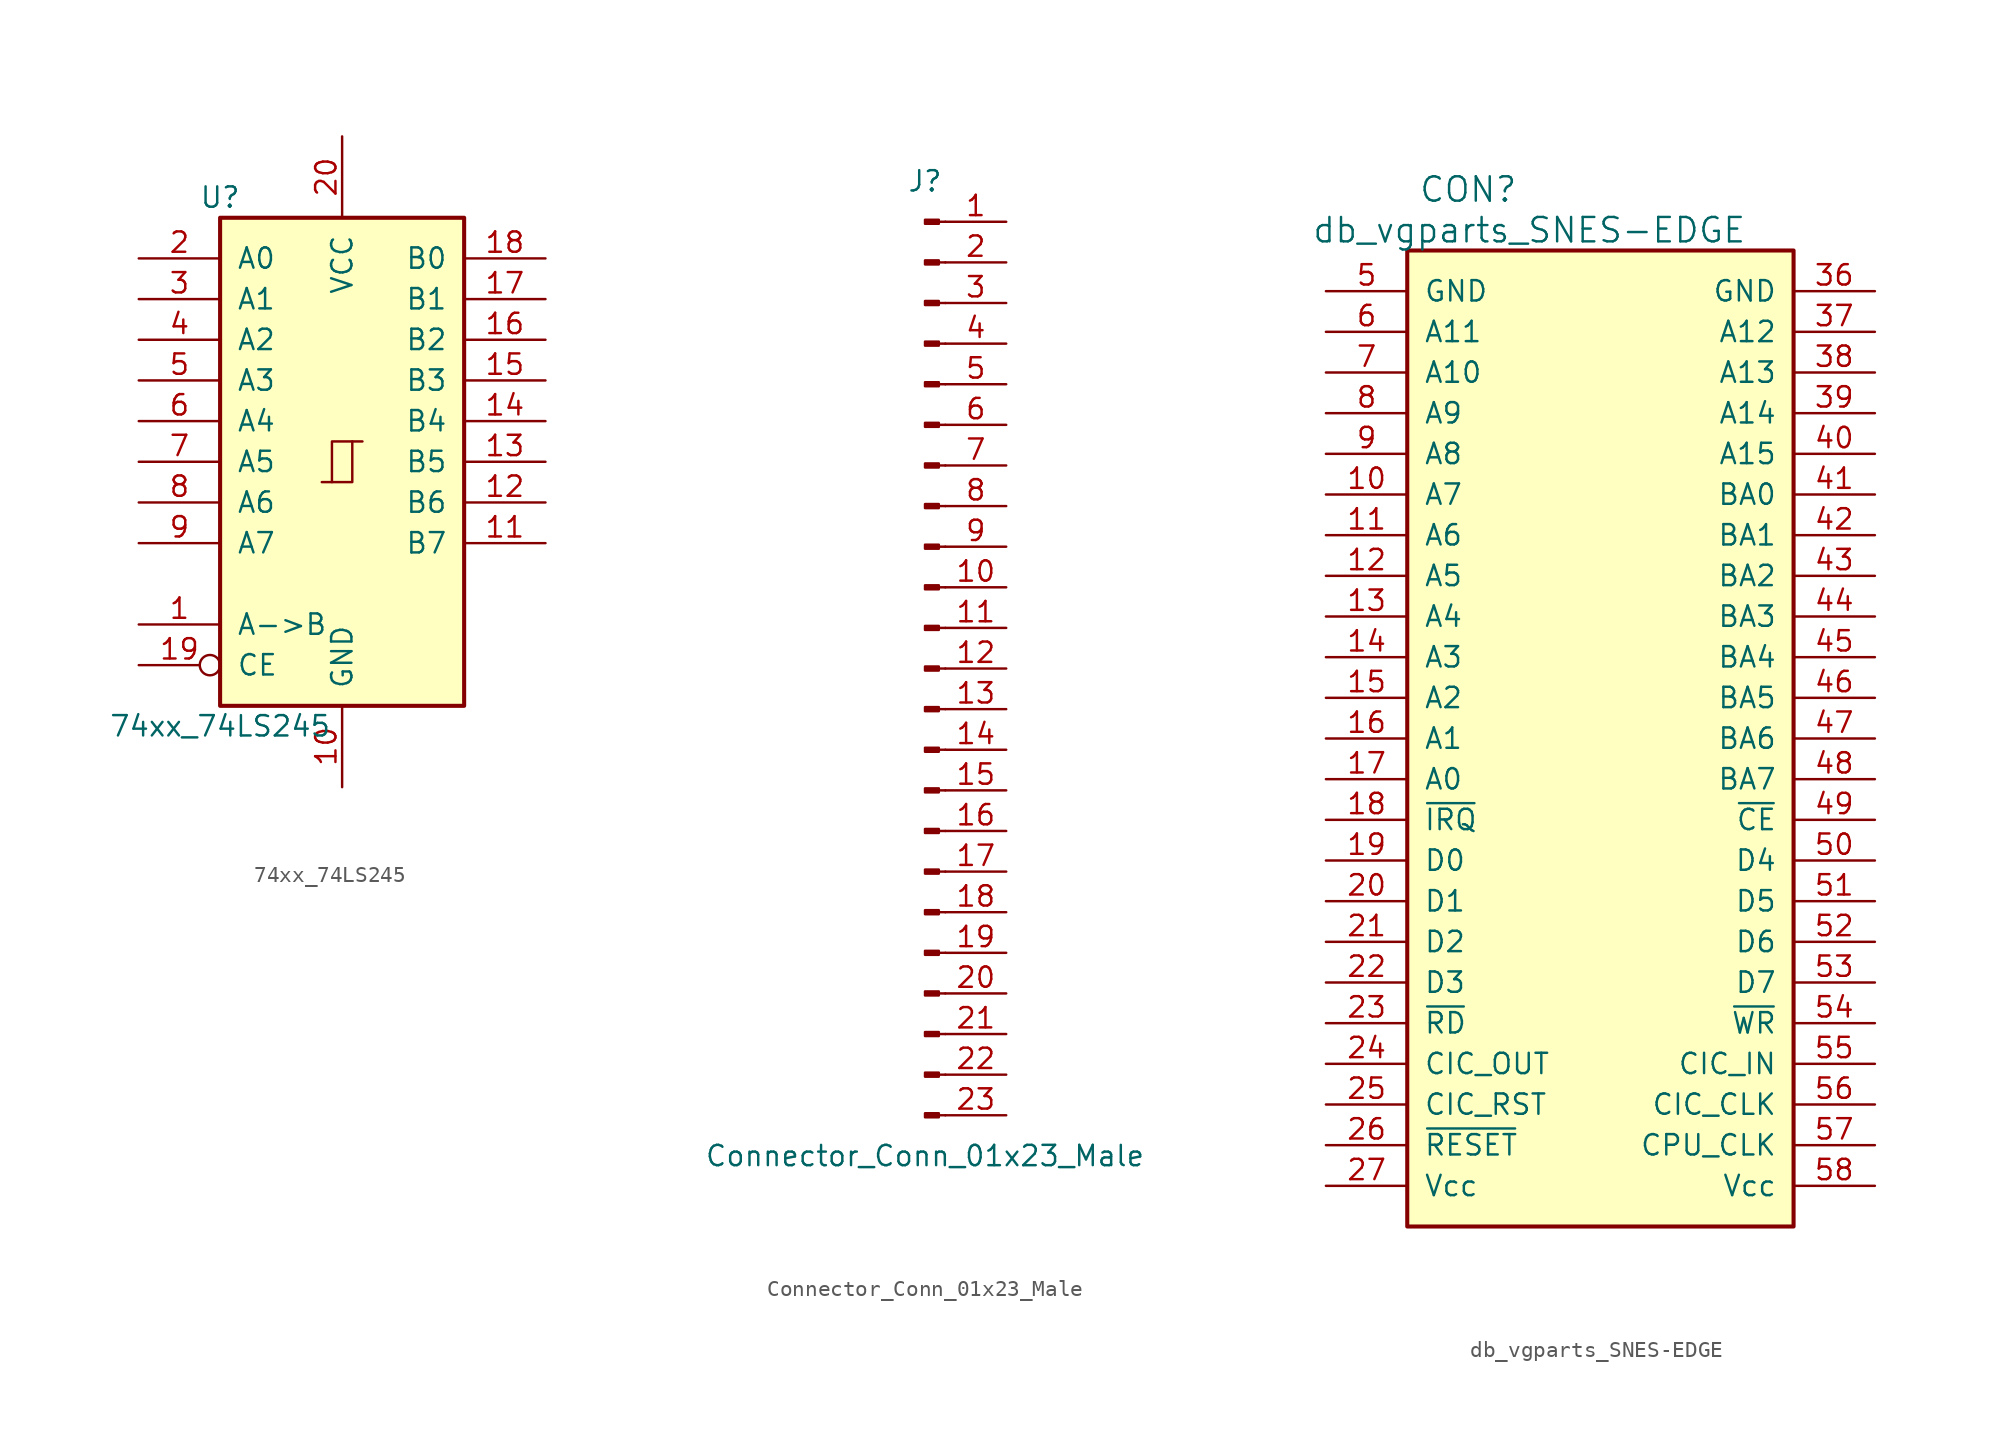
<source format=kicad_sym>
(kicad_symbol_lib
  (version 20241209)
  (generator "kicad_symbol_editor")
  (generator_version "9.0")
  (symbol "74xx_74LS245"
    (pin_names
      (offset 1.016))
    (property "Reference" "U"
      (at -7.62 16.51 0)
      (effects (font (size 1.27 1.27))))
    (property "Value" "74xx_74LS245"
      (at -7.62 -16.51 0)
      (effects (font (size 1.27 1.27))))
    (property "ki_locked" ""
      (at 0 0 0)
      (effects (font (size 1.27 1.27))))
    (symbol "74xx_74LS245_1_0"
      (polyline (pts (xy -1.27 -1.27) (xy 0.635 -1.27) (xy 0.635 1.27) (xy 1.27 1.27)) (stroke (width 0) (type solid)) (fill (type none)))
      (polyline (pts (xy -0.635 -1.27) (xy -0.635 1.27) (xy 0.635 1.27)) (stroke (width 0) (type solid)) (fill (type none)))
      (pin tri_state line (at -12.7 12.7 0) (length 5.08) (name "A0" (effects (font (size 1.27 1.27)))) (number "2" (effects (font (size 1.27 1.27)))))
      (pin tri_state line (at -12.7 10.16 0) (length 5.08) (name "A1" (effects (font (size 1.27 1.27)))) (number "3" (effects (font (size 1.27 1.27)))))
      (pin tri_state line (at -12.7 7.62 0) (length 5.08) (name "A2" (effects (font (size 1.27 1.27)))) (number "4" (effects (font (size 1.27 1.27)))))
      (pin tri_state line (at -12.7 5.08 0) (length 5.08) (name "A3" (effects (font (size 1.27 1.27)))) (number "5" (effects (font (size 1.27 1.27)))))
      (pin tri_state line (at -12.7 2.54 0) (length 5.08) (name "A4" (effects (font (size 1.27 1.27)))) (number "6" (effects (font (size 1.27 1.27)))))
      (pin tri_state line (at -12.7 0 0) (length 5.08) (name "A5" (effects (font (size 1.27 1.27)))) (number "7" (effects (font (size 1.27 1.27)))))
      (pin tri_state line (at -12.7 -2.54 0) (length 5.08) (name "A6" (effects (font (size 1.27 1.27)))) (number "8" (effects (font (size 1.27 1.27)))))
      (pin tri_state line (at -12.7 -5.08 0) (length 5.08) (name "A7" (effects (font (size 1.27 1.27)))) (number "9" (effects (font (size 1.27 1.27)))))
      (pin input line (at -12.7 -10.16 0) (length 5.08) (name "A->B" (effects (font (size 1.27 1.27)))) (number "1" (effects (font (size 1.27 1.27)))))
      (pin input inverted (at -12.7 -12.7 0) (length 5.08) (name "CE" (effects (font (size 1.27 1.27)))) (number "19" (effects (font (size 1.27 1.27)))))
      (pin power_in line (at 0 20.32 270) (length 5.08) (name "VCC" (effects (font (size 1.27 1.27)))) (number "20" (effects (font (size 1.27 1.27)))))
      (pin power_in line (at 0 -20.32 90) (length 5.08) (name "GND" (effects (font (size 1.27 1.27)))) (number "10" (effects (font (size 1.27 1.27)))))
      (pin tri_state line (at 12.7 12.7 180) (length 5.08) (name "B0" (effects (font (size 1.27 1.27)))) (number "18" (effects (font (size 1.27 1.27)))))
      (pin tri_state line (at 12.7 10.16 180) (length 5.08) (name "B1" (effects (font (size 1.27 1.27)))) (number "17" (effects (font (size 1.27 1.27)))))
      (pin tri_state line (at 12.7 7.62 180) (length 5.08) (name "B2" (effects (font (size 1.27 1.27)))) (number "16" (effects (font (size 1.27 1.27)))))
      (pin tri_state line (at 12.7 5.08 180) (length 5.08) (name "B3" (effects (font (size 1.27 1.27)))) (number "15" (effects (font (size 1.27 1.27)))))
      (pin tri_state line (at 12.7 2.54 180) (length 5.08) (name "B4" (effects (font (size 1.27 1.27)))) (number "14" (effects (font (size 1.27 1.27)))))
      (pin tri_state line (at 12.7 0 180) (length 5.08) (name "B5" (effects (font (size 1.27 1.27)))) (number "13" (effects (font (size 1.27 1.27)))))
      (pin tri_state line (at 12.7 -2.54 180) (length 5.08) (name "B6" (effects (font (size 1.27 1.27)))) (number "12" (effects (font (size 1.27 1.27)))))
      (pin tri_state line (at 12.7 -5.08 180) (length 5.08) (name "B7" (effects (font (size 1.27 1.27)))) (number "11" (effects (font (size 1.27 1.27))))))
    (symbol "74xx_74LS245_1_1"
      (rectangle (start -7.62 15.24) (end 7.62 -15.24) (stroke (width 0.254) (type solid)) (fill (type background)))))
  (symbol "Connector_Conn_01x23_Male"
    (pin_names
      (offset 1.016)
      (hide yes))
    (property "Reference" "J"
      (at 0 30.48 0)
      (effects (font (size 1.27 1.27))))
    (property "Value" "Connector_Conn_01x23_Male"
      (at 0 -30.48 0)
      (effects (font (size 1.27 1.27))))
    (symbol "Connector_Conn_01x23_Male_1_1"
      (rectangle (start 0.864 28.067) (end 0 27.813) (stroke (width 0.152) (type solid)) (fill (type outline)))
      (rectangle (start 0.864 25.527) (end 0 25.273) (stroke (width 0.152) (type solid)) (fill (type outline)))
      (rectangle (start 0.864 22.987) (end 0 22.733) (stroke (width 0.152) (type solid)) (fill (type outline)))
      (rectangle (start 0.864 20.447) (end 0 20.193) (stroke (width 0.152) (type solid)) (fill (type outline)))
      (rectangle (start 0.864 17.907) (end 0 17.653) (stroke (width 0.152) (type solid)) (fill (type outline)))
      (rectangle (start 0.864 15.367) (end 0 15.113) (stroke (width 0.152) (type solid)) (fill (type outline)))
      (rectangle (start 0.864 12.827) (end 0 12.573) (stroke (width 0.152) (type solid)) (fill (type outline)))
      (rectangle (start 0.864 10.287) (end 0 10.033) (stroke (width 0.152) (type solid)) (fill (type outline)))
      (rectangle (start 0.864 7.747) (end 0 7.493) (stroke (width 0.152) (type solid)) (fill (type outline)))
      (rectangle (start 0.864 5.207) (end 0 4.953) (stroke (width 0.152) (type solid)) (fill (type outline)))
      (rectangle (start 0.864 2.667) (end 0 2.413) (stroke (width 0.152) (type solid)) (fill (type outline)))
      (rectangle (start 0.864 0.127) (end 0 -0.127) (stroke (width 0.152) (type solid)) (fill (type outline)))
      (rectangle (start 0.864 -2.413) (end 0 -2.667) (stroke (width 0.152) (type solid)) (fill (type outline)))
      (rectangle (start 0.864 -4.953) (end 0 -5.207) (stroke (width 0.152) (type solid)) (fill (type outline)))
      (rectangle (start 0.864 -7.493) (end 0 -7.747) (stroke (width 0.152) (type solid)) (fill (type outline)))
      (rectangle (start 0.864 -10.033) (end 0 -10.287) (stroke (width 0.152) (type solid)) (fill (type outline)))
      (rectangle (start 0.864 -12.573) (end 0 -12.827) (stroke (width 0.152) (type solid)) (fill (type outline)))
      (rectangle (start 0.864 -15.113) (end 0 -15.367) (stroke (width 0.152) (type solid)) (fill (type outline)))
      (rectangle (start 0.864 -17.653) (end 0 -17.907) (stroke (width 0.152) (type solid)) (fill (type outline)))
      (rectangle (start 0.864 -20.193) (end 0 -20.447) (stroke (width 0.152) (type solid)) (fill (type outline)))
      (rectangle (start 0.864 -22.733) (end 0 -22.987) (stroke (width 0.152) (type solid)) (fill (type outline)))
      (rectangle (start 0.864 -25.273) (end 0 -25.527) (stroke (width 0.152) (type solid)) (fill (type outline)))
      (rectangle (start 0.864 -27.813) (end 0 -28.067) (stroke (width 0.152) (type solid)) (fill (type outline)))
      (polyline (pts (xy 1.27 27.94) (xy 0.864 27.94)) (stroke (width 0.152) (type solid)) (fill (type none)))
      (polyline (pts (xy 1.27 25.4) (xy 0.864 25.4)) (stroke (width 0.152) (type solid)) (fill (type none)))
      (polyline (pts (xy 1.27 22.86) (xy 0.864 22.86)) (stroke (width 0.152) (type solid)) (fill (type none)))
      (polyline (pts (xy 1.27 20.32) (xy 0.864 20.32)) (stroke (width 0.152) (type solid)) (fill (type none)))
      (polyline (pts (xy 1.27 17.78) (xy 0.864 17.78)) (stroke (width 0.152) (type solid)) (fill (type none)))
      (polyline (pts (xy 1.27 15.24) (xy 0.864 15.24)) (stroke (width 0.152) (type solid)) (fill (type none)))
      (polyline (pts (xy 1.27 12.7) (xy 0.864 12.7)) (stroke (width 0.152) (type solid)) (fill (type none)))
      (polyline (pts (xy 1.27 10.16) (xy 0.864 10.16)) (stroke (width 0.152) (type solid)) (fill (type none)))
      (polyline (pts (xy 1.27 7.62) (xy 0.864 7.62)) (stroke (width 0.152) (type solid)) (fill (type none)))
      (polyline (pts (xy 1.27 5.08) (xy 0.864 5.08)) (stroke (width 0.152) (type solid)) (fill (type none)))
      (polyline (pts (xy 1.27 2.54) (xy 0.864 2.54)) (stroke (width 0.152) (type solid)) (fill (type none)))
      (polyline (pts (xy 1.27 0) (xy 0.864 0)) (stroke (width 0.152) (type solid)) (fill (type none)))
      (polyline (pts (xy 1.27 -2.54) (xy 0.864 -2.54)) (stroke (width 0.152) (type solid)) (fill (type none)))
      (polyline (pts (xy 1.27 -5.08) (xy 0.864 -5.08)) (stroke (width 0.152) (type solid)) (fill (type none)))
      (polyline (pts (xy 1.27 -7.62) (xy 0.864 -7.62)) (stroke (width 0.152) (type solid)) (fill (type none)))
      (polyline (pts (xy 1.27 -10.16) (xy 0.864 -10.16)) (stroke (width 0.152) (type solid)) (fill (type none)))
      (polyline (pts (xy 1.27 -12.7) (xy 0.864 -12.7)) (stroke (width 0.152) (type solid)) (fill (type none)))
      (polyline (pts (xy 1.27 -15.24) (xy 0.864 -15.24)) (stroke (width 0.152) (type solid)) (fill (type none)))
      (polyline (pts (xy 1.27 -17.78) (xy 0.864 -17.78)) (stroke (width 0.152) (type solid)) (fill (type none)))
      (polyline (pts (xy 1.27 -20.32) (xy 0.864 -20.32)) (stroke (width 0.152) (type solid)) (fill (type none)))
      (polyline (pts (xy 1.27 -22.86) (xy 0.864 -22.86)) (stroke (width 0.152) (type solid)) (fill (type none)))
      (polyline (pts (xy 1.27 -25.4) (xy 0.864 -25.4)) (stroke (width 0.152) (type solid)) (fill (type none)))
      (polyline (pts (xy 1.27 -27.94) (xy 0.864 -27.94)) (stroke (width 0.152) (type solid)) (fill (type none)))
      (pin passive line (at 5.08 27.94 180) (length 3.81) (name "Pin_1" (effects (font (size 1.27 1.27)))) (number "1" (effects (font (size 1.27 1.27)))))
      (pin passive line (at 5.08 25.4 180) (length 3.81) (name "Pin_2" (effects (font (size 1.27 1.27)))) (number "2" (effects (font (size 1.27 1.27)))))
      (pin passive line (at 5.08 22.86 180) (length 3.81) (name "Pin_3" (effects (font (size 1.27 1.27)))) (number "3" (effects (font (size 1.27 1.27)))))
      (pin passive line (at 5.08 20.32 180) (length 3.81) (name "Pin_4" (effects (font (size 1.27 1.27)))) (number "4" (effects (font (size 1.27 1.27)))))
      (pin passive line (at 5.08 17.78 180) (length 3.81) (name "Pin_5" (effects (font (size 1.27 1.27)))) (number "5" (effects (font (size 1.27 1.27)))))
      (pin passive line (at 5.08 15.24 180) (length 3.81) (name "Pin_6" (effects (font (size 1.27 1.27)))) (number "6" (effects (font (size 1.27 1.27)))))
      (pin passive line (at 5.08 12.7 180) (length 3.81) (name "Pin_7" (effects (font (size 1.27 1.27)))) (number "7" (effects (font (size 1.27 1.27)))))
      (pin passive line (at 5.08 10.16 180) (length 3.81) (name "Pin_8" (effects (font (size 1.27 1.27)))) (number "8" (effects (font (size 1.27 1.27)))))
      (pin passive line (at 5.08 7.62 180) (length 3.81) (name "Pin_9" (effects (font (size 1.27 1.27)))) (number "9" (effects (font (size 1.27 1.27)))))
      (pin passive line (at 5.08 5.08 180) (length 3.81) (name "Pin_10" (effects (font (size 1.27 1.27)))) (number "10" (effects (font (size 1.27 1.27)))))
      (pin passive line (at 5.08 2.54 180) (length 3.81) (name "Pin_11" (effects (font (size 1.27 1.27)))) (number "11" (effects (font (size 1.27 1.27)))))
      (pin passive line (at 5.08 0 180) (length 3.81) (name "Pin_12" (effects (font (size 1.27 1.27)))) (number "12" (effects (font (size 1.27 1.27)))))
      (pin passive line (at 5.08 -2.54 180) (length 3.81) (name "Pin_13" (effects (font (size 1.27 1.27)))) (number "13" (effects (font (size 1.27 1.27)))))
      (pin passive line (at 5.08 -5.08 180) (length 3.81) (name "Pin_14" (effects (font (size 1.27 1.27)))) (number "14" (effects (font (size 1.27 1.27)))))
      (pin passive line (at 5.08 -7.62 180) (length 3.81) (name "Pin_15" (effects (font (size 1.27 1.27)))) (number "15" (effects (font (size 1.27 1.27)))))
      (pin passive line (at 5.08 -10.16 180) (length 3.81) (name "Pin_16" (effects (font (size 1.27 1.27)))) (number "16" (effects (font (size 1.27 1.27)))))
      (pin passive line (at 5.08 -12.7 180) (length 3.81) (name "Pin_17" (effects (font (size 1.27 1.27)))) (number "17" (effects (font (size 1.27 1.27)))))
      (pin passive line (at 5.08 -15.24 180) (length 3.81) (name "Pin_18" (effects (font (size 1.27 1.27)))) (number "18" (effects (font (size 1.27 1.27)))))
      (pin passive line (at 5.08 -17.78 180) (length 3.81) (name "Pin_19" (effects (font (size 1.27 1.27)))) (number "19" (effects (font (size 1.27 1.27)))))
      (pin passive line (at 5.08 -20.32 180) (length 3.81) (name "Pin_20" (effects (font (size 1.27 1.27)))) (number "20" (effects (font (size 1.27 1.27)))))
      (pin passive line (at 5.08 -22.86 180) (length 3.81) (name "Pin_21" (effects (font (size 1.27 1.27)))) (number "21" (effects (font (size 1.27 1.27)))))
      (pin passive line (at 5.08 -25.4 180) (length 3.81) (name "Pin_22" (effects (font (size 1.27 1.27)))) (number "22" (effects (font (size 1.27 1.27)))))
      (pin passive line (at 5.08 -27.94 180) (length 3.81) (name "Pin_23" (effects (font (size 1.27 1.27)))) (number "23" (effects (font (size 1.27 1.27)))))))
  (symbol "db_vgparts_SNES-EDGE"
    (pin_names
      (offset 1.016))
    (property "Reference" "CON"
      (at 3.81 3.81 0)
      (effects (font (size 1.524 1.524))))
    (property "Value" "db_vgparts_SNES-EDGE"
      (at 7.62 1.27 0)
      (effects (font (size 1.524 1.524))))
    (symbol "db_vgparts_SNES-EDGE_0_1"
      (rectangle (start 0 0) (end 24.13 -60.96) (stroke (width 0.254) (type solid)) (fill (type background))))
    (symbol "db_vgparts_SNES-EDGE_1_1"
      (pin passive line (at -5.08 -2.54 0) (length 5.08) (name "GND" (effects (font (size 1.27 1.27)))) (number "5" (effects (font (size 1.27 1.27)))))
      (pin passive line (at -5.08 -5.08 0) (length 5.08) (name "A11" (effects (font (size 1.27 1.27)))) (number "6" (effects (font (size 1.27 1.27)))))
      (pin passive line (at -5.08 -7.62 0) (length 5.08) (name "A10" (effects (font (size 1.27 1.27)))) (number "7" (effects (font (size 1.27 1.27)))))
      (pin passive line (at -5.08 -10.16 0) (length 5.08) (name "A9" (effects (font (size 1.27 1.27)))) (number "8" (effects (font (size 1.27 1.27)))))
      (pin passive line (at -5.08 -12.7 0) (length 5.08) (name "A8" (effects (font (size 1.27 1.27)))) (number "9" (effects (font (size 1.27 1.27)))))
      (pin passive line (at -5.08 -15.24 0) (length 5.08) (name "A7" (effects (font (size 1.27 1.27)))) (number "10" (effects (font (size 1.27 1.27)))))
      (pin passive line (at -5.08 -17.78 0) (length 5.08) (name "A6" (effects (font (size 1.27 1.27)))) (number "11" (effects (font (size 1.27 1.27)))))
      (pin passive line (at -5.08 -20.32 0) (length 5.08) (name "A5" (effects (font (size 1.27 1.27)))) (number "12" (effects (font (size 1.27 1.27)))))
      (pin passive line (at -5.08 -22.86 0) (length 5.08) (name "A4" (effects (font (size 1.27 1.27)))) (number "13" (effects (font (size 1.27 1.27)))))
      (pin passive line (at -5.08 -25.4 0) (length 5.08) (name "A3" (effects (font (size 1.27 1.27)))) (number "14" (effects (font (size 1.27 1.27)))))
      (pin passive line (at -5.08 -27.94 0) (length 5.08) (name "A2" (effects (font (size 1.27 1.27)))) (number "15" (effects (font (size 1.27 1.27)))))
      (pin passive line (at -5.08 -30.48 0) (length 5.08) (name "A1" (effects (font (size 1.27 1.27)))) (number "16" (effects (font (size 1.27 1.27)))))
      (pin passive line (at -5.08 -33.02 0) (length 5.08) (name "A0" (effects (font (size 1.27 1.27)))) (number "17" (effects (font (size 1.27 1.27)))))
      (pin passive line (at -5.08 -35.56 0) (length 5.08) (name "~{IRQ}" (effects (font (size 1.27 1.27)))) (number "18" (effects (font (size 1.27 1.27)))))
      (pin passive line (at -5.08 -38.1 0) (length 5.08) (name "D0" (effects (font (size 1.27 1.27)))) (number "19" (effects (font (size 1.27 1.27)))))
      (pin passive line (at -5.08 -40.64 0) (length 5.08) (name "D1" (effects (font (size 1.27 1.27)))) (number "20" (effects (font (size 1.27 1.27)))))
      (pin passive line (at -5.08 -43.18 0) (length 5.08) (name "D2" (effects (font (size 1.27 1.27)))) (number "21" (effects (font (size 1.27 1.27)))))
      (pin passive line (at -5.08 -45.72 0) (length 5.08) (name "D3" (effects (font (size 1.27 1.27)))) (number "22" (effects (font (size 1.27 1.27)))))
      (pin passive line (at -5.08 -48.26 0) (length 5.08) (name "~{RD}" (effects (font (size 1.27 1.27)))) (number "23" (effects (font (size 1.27 1.27)))))
      (pin passive line (at -5.08 -50.8 0) (length 5.08) (name "CIC_OUT" (effects (font (size 1.27 1.27)))) (number "24" (effects (font (size 1.27 1.27)))))
      (pin passive line (at -5.08 -53.34 0) (length 5.08) (name "CIC_RST" (effects (font (size 1.27 1.27)))) (number "25" (effects (font (size 1.27 1.27)))))
      (pin passive line (at -5.08 -55.88 0) (length 5.08) (name "~{RESET}" (effects (font (size 1.27 1.27)))) (number "26" (effects (font (size 1.27 1.27)))))
      (pin passive line (at -5.08 -58.42 0) (length 5.08) (name "Vcc" (effects (font (size 1.27 1.27)))) (number "27" (effects (font (size 1.27 1.27)))))
      (pin passive line (at 29.21 -2.54 180) (length 5.08) (name "GND" (effects (font (size 1.27 1.27)))) (number "36" (effects (font (size 1.27 1.27)))))
      (pin passive line (at 29.21 -5.08 180) (length 5.08) (name "A12" (effects (font (size 1.27 1.27)))) (number "37" (effects (font (size 1.27 1.27)))))
      (pin passive line (at 29.21 -7.62 180) (length 5.08) (name "A13" (effects (font (size 1.27 1.27)))) (number "38" (effects (font (size 1.27 1.27)))))
      (pin passive line (at 29.21 -10.16 180) (length 5.08) (name "A14" (effects (font (size 1.27 1.27)))) (number "39" (effects (font (size 1.27 1.27)))))
      (pin passive line (at 29.21 -12.7 180) (length 5.08) (name "A15" (effects (font (size 1.27 1.27)))) (number "40" (effects (font (size 1.27 1.27)))))
      (pin passive line (at 29.21 -15.24 180) (length 5.08) (name "BA0" (effects (font (size 1.27 1.27)))) (number "41" (effects (font (size 1.27 1.27)))))
      (pin passive line (at 29.21 -17.78 180) (length 5.08) (name "BA1" (effects (font (size 1.27 1.27)))) (number "42" (effects (font (size 1.27 1.27)))))
      (pin passive line (at 29.21 -20.32 180) (length 5.08) (name "BA2" (effects (font (size 1.27 1.27)))) (number "43" (effects (font (size 1.27 1.27)))))
      (pin passive line (at 29.21 -22.86 180) (length 5.08) (name "BA3" (effects (font (size 1.27 1.27)))) (number "44" (effects (font (size 1.27 1.27)))))
      (pin passive line (at 29.21 -25.4 180) (length 5.08) (name "BA4" (effects (font (size 1.27 1.27)))) (number "45" (effects (font (size 1.27 1.27)))))
      (pin passive line (at 29.21 -27.94 180) (length 5.08) (name "BA5" (effects (font (size 1.27 1.27)))) (number "46" (effects (font (size 1.27 1.27)))))
      (pin passive line (at 29.21 -30.48 180) (length 5.08) (name "BA6" (effects (font (size 1.27 1.27)))) (number "47" (effects (font (size 1.27 1.27)))))
      (pin passive line (at 29.21 -33.02 180) (length 5.08) (name "BA7" (effects (font (size 1.27 1.27)))) (number "48" (effects (font (size 1.27 1.27)))))
      (pin passive line (at 29.21 -35.56 180) (length 5.08) (name "~{CE}" (effects (font (size 1.27 1.27)))) (number "49" (effects (font (size 1.27 1.27)))))
      (pin passive line (at 29.21 -38.1 180) (length 5.08) (name "D4" (effects (font (size 1.27 1.27)))) (number "50" (effects (font (size 1.27 1.27)))))
      (pin passive line (at 29.21 -40.64 180) (length 5.08) (name "D5" (effects (font (size 1.27 1.27)))) (number "51" (effects (font (size 1.27 1.27)))))
      (pin passive line (at 29.21 -43.18 180) (length 5.08) (name "D6" (effects (font (size 1.27 1.27)))) (number "52" (effects (font (size 1.27 1.27)))))
      (pin passive line (at 29.21 -45.72 180) (length 5.08) (name "D7" (effects (font (size 1.27 1.27)))) (number "53" (effects (font (size 1.27 1.27)))))
      (pin passive line (at 29.21 -48.26 180) (length 5.08) (name "~{WR}" (effects (font (size 1.27 1.27)))) (number "54" (effects (font (size 1.27 1.27)))))
      (pin passive line (at 29.21 -50.8 180) (length 5.08) (name "CIC_IN" (effects (font (size 1.27 1.27)))) (number "55" (effects (font (size 1.27 1.27)))))
      (pin passive line (at 29.21 -53.34 180) (length 5.08) (name "CIC_CLK" (effects (font (size 1.27 1.27)))) (number "56" (effects (font (size 1.27 1.27)))))
      (pin passive line (at 29.21 -55.88 180) (length 5.08) (name "CPU_CLK" (effects (font (size 1.27 1.27)))) (number "57" (effects (font (size 1.27 1.27)))))
      (pin passive line (at 29.21 -58.42 180) (length 5.08) (name "Vcc" (effects (font (size 1.27 1.27)))) (number "58" (effects (font (size 1.27 1.27))))))))
</source>
